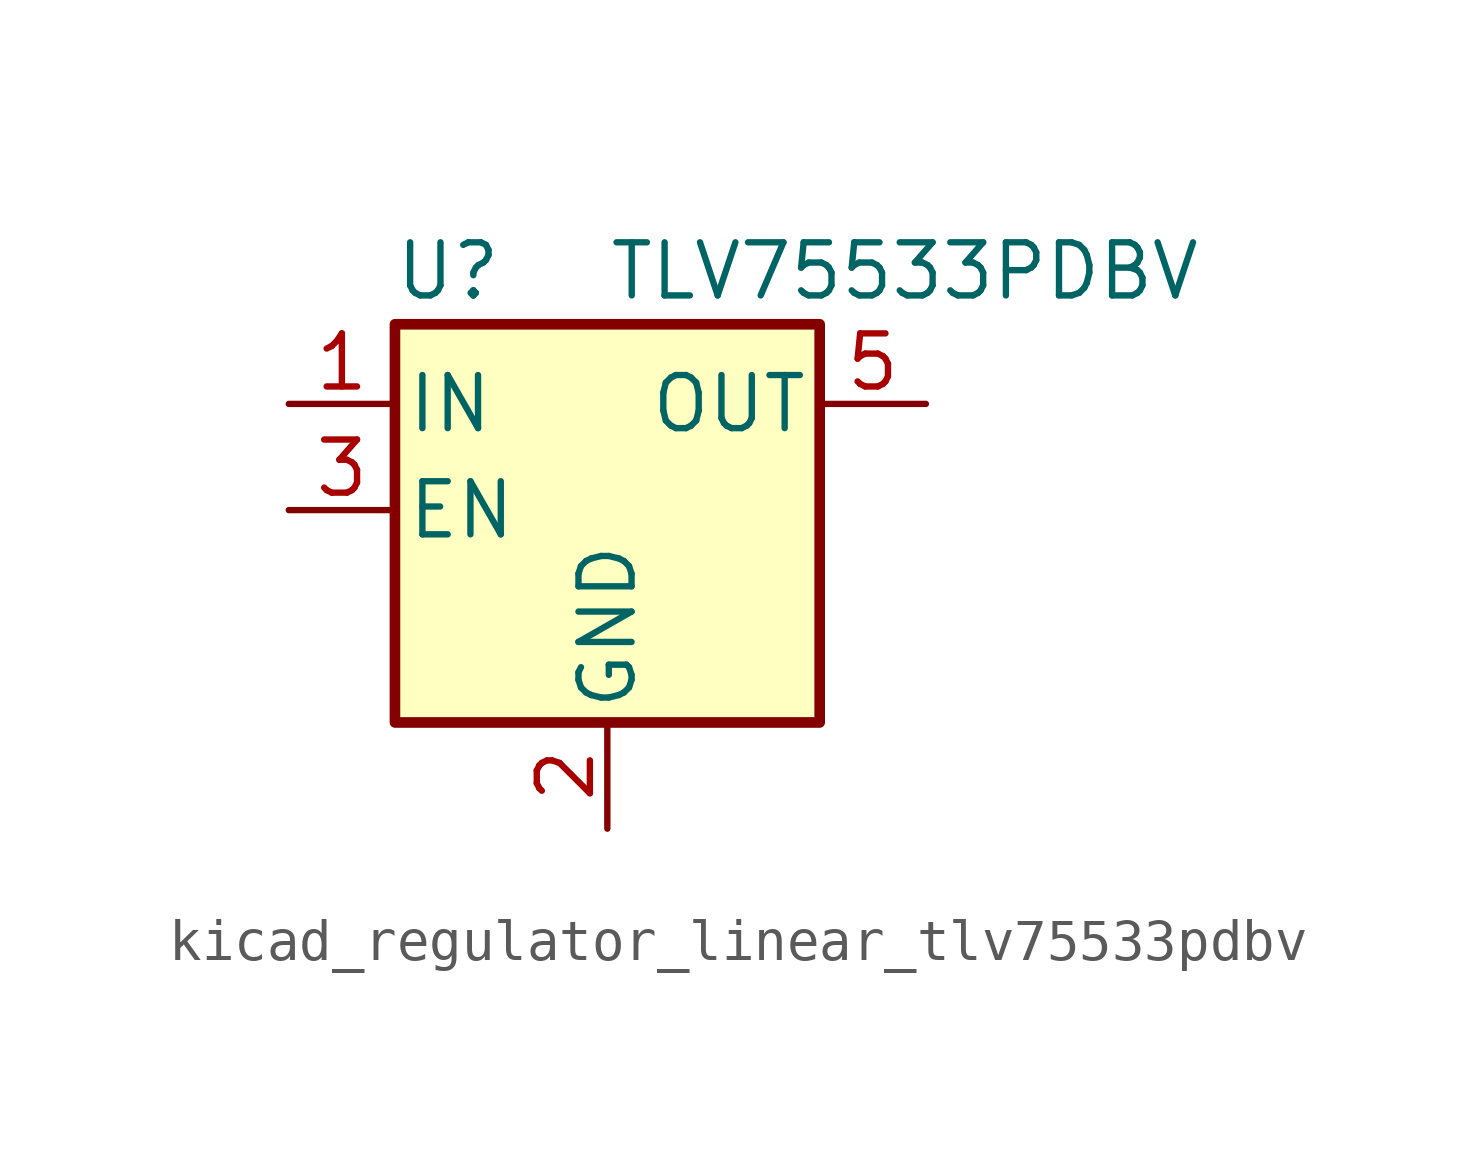
<source format=kicad_sym>
(kicad_symbol_lib
  (version 20220914)
  (generator kicad_symbol_editor)
  (symbol "kicad_regulator_linear_tlv75533pdbv"
    (pin_names
      (offset 0.254))
    (property "Reference" "U"
      (at -3.81 5.715 0)
      (effects (font (size 1.27 1.27))))
    (property "Value" "TLV75533PDBV"
      (at 0 5.715 0)
      (effects (font (size 1.27 1.27)) (justify left)))
    (symbol "kicad_regulator_linear_tlv75533pdbv_0_1"
      (rectangle (start -5.08 4.445) (end 5.08 -5.08) (stroke (width 0.254) (type default)) (fill (type background))))
    (symbol "kicad_regulator_linear_tlv75533pdbv_1_1"
      (pin power_in line (at -7.62 2.54 0) (length 2.54) (name "IN" (effects (font (size 1.27 1.27)))) (number "1" (effects (font (size 1.27 1.27)))))
      (pin power_in line (at 0 -7.62 90) (length 2.54) (name "GND" (effects (font (size 1.27 1.27)))) (number "2" (effects (font (size 1.27 1.27)))))
      (pin input line (at -7.62 0 0) (length 2.54) (name "EN" (effects (font (size 1.27 1.27)))) (number "3" (effects (font (size 1.27 1.27)))))
      (pin no_connect line (at 5.08 0 180) (length 2.54) hide (name "NC" (effects (font (size 1.27 1.27)))) (number "4" (effects (font (size 1.27 1.27)))))
      (pin power_out line (at 7.62 2.54 180) (length 2.54) (name "OUT" (effects (font (size 1.27 1.27)))) (number "5" (effects (font (size 1.27 1.27))))))))
</source>
